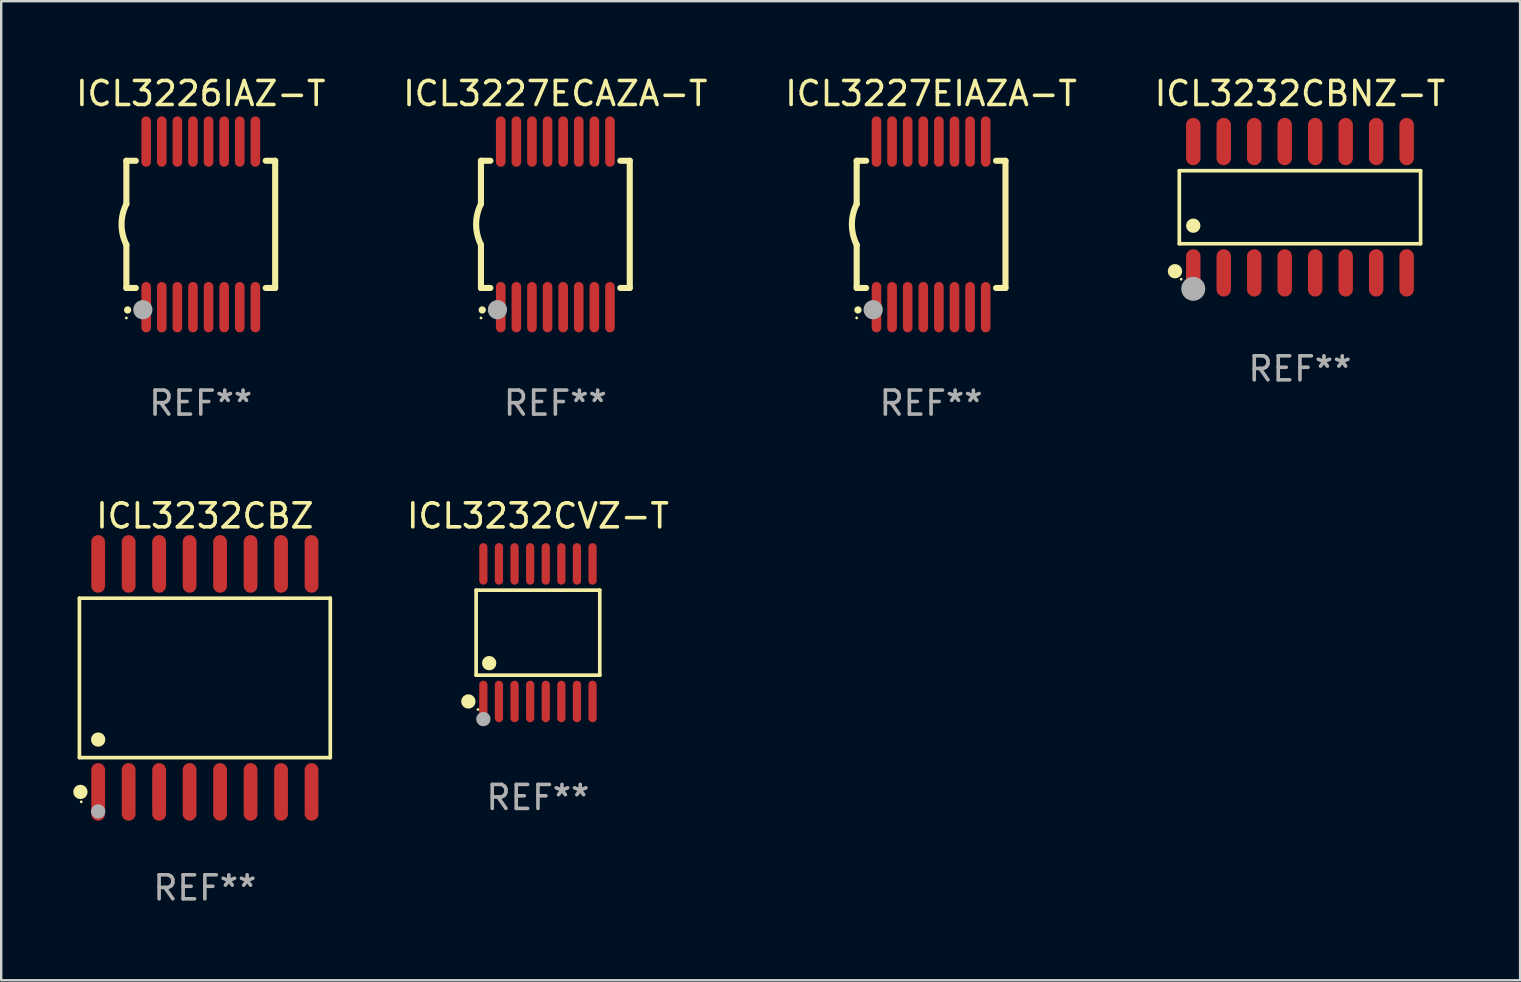
<source format=kicad_pcb>
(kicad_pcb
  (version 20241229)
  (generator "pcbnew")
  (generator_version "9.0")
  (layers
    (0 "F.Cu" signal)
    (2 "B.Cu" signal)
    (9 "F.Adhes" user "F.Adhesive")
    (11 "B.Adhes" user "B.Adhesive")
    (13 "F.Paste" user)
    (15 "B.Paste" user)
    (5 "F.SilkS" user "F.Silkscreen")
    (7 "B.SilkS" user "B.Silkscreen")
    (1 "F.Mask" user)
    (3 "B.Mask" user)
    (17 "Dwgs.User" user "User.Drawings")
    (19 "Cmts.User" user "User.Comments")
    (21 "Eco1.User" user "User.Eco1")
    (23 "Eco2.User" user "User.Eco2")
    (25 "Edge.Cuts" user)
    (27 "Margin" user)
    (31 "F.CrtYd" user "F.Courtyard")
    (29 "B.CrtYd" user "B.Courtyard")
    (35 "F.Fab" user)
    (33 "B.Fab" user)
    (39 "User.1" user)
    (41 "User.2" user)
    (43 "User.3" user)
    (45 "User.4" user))
  (footprint "ICL3232CVZ-T"
    (layer "F.Cu")
    (at 19.364 23.311)
    (property "Reference" "ICL3232CVZ-T" (at 0 -4.866 0) (layer "F.SilkS") (effects (font (size 1 1) (thickness 0.15))))
    (attr through_hole)
    (fp_line (start -2.576 -1.772) (end 2.576 -1.772) (stroke (width 0.152) (type solid)) (layer "F.SilkS"))
    (fp_line (start -2.576 1.771) (end -2.576 -1.772) (stroke (width 0.152) (type solid)) (layer "F.SilkS"))
    (fp_line (start 2.576 -1.772) (end 2.576 1.771) (stroke (width 0.152) (type solid)) (layer "F.SilkS"))
    (fp_line (start 2.576 1.771) (end -2.576 1.771) (stroke (width 0.152) (type solid)) (layer "F.SilkS"))
    (fp_circle (center -2.899 2.866) (end -2.749 2.866) (stroke (width 0.3) (type solid)) (fill no) (layer "F.SilkS"))
    (fp_circle (center -2.5 3.2) (end -2.47 3.2) (stroke (width 0.06) (type solid)) (fill no) (layer "F.SilkS"))
    (fp_circle (center -2.032 1.27) (end -1.882 1.27) (stroke (width 0.3) (type solid)) (fill no) (layer "F.SilkS"))
    (fp_circle (center -2.275 3.6) (end -2.125 3.6) (stroke (width 0.3) (type solid)) (fill no) (layer "F.Fab"))
    (fp_text user "REF**" (at 0 6.866 0) (layer "F.Fab") (effects (font (size 1 1) (thickness 0.15))))
    (pad "1" smd oval (at -2.275 2.866) (size 0.343 1.731) (layers "F.Cu" "F.Mask" "F.Paste"))
    (pad "2" smd oval (at -1.625 2.866) (size 0.343 1.731) (layers "F.Cu" "F.Mask" "F.Paste"))
    (pad "3" smd oval (at -0.975 2.866) (size 0.343 1.731) (layers "F.Cu" "F.Mask" "F.Paste"))
    (pad "4" smd oval (at -0.325 2.866) (size 0.343 1.731) (layers "F.Cu" "F.Mask" "F.Paste"))
    (pad "5" smd oval (at 0.325 2.866) (size 0.343 1.731) (layers "F.Cu" "F.Mask" "F.Paste"))
    (pad "6" smd oval (at 0.975 2.866) (size 0.343 1.731) (layers "F.Cu" "F.Mask" "F.Paste"))
    (pad "7" smd oval (at 1.625 2.866) (size 0.343 1.731) (layers "F.Cu" "F.Mask" "F.Paste"))
    (pad "8" smd oval (at 2.275 2.866) (size 0.343 1.731) (layers "F.Cu" "F.Mask" "F.Paste"))
    (pad "9" smd oval (at 2.275 -2.866) (size 0.343 1.731) (layers "F.Cu" "F.Mask" "F.Paste"))
    (pad "10" smd oval (at 1.625 -2.866) (size 0.343 1.731) (layers "F.Cu" "F.Mask" "F.Paste"))
    (pad "11" smd oval (at 0.975 -2.866) (size 0.343 1.731) (layers "F.Cu" "F.Mask" "F.Paste"))
    (pad "12" smd oval (at 0.325 -2.866) (size 0.343 1.731) (layers "F.Cu" "F.Mask" "F.Paste"))
    (pad "13" smd oval (at -0.325 -2.866) (size 0.343 1.731) (layers "F.Cu" "F.Mask" "F.Paste"))
    (pad "14" smd oval (at -0.975 -2.866) (size 0.343 1.731) (layers "F.Cu" "F.Mask" "F.Paste"))
    (pad "15" smd oval (at -1.625 -2.866) (size 0.343 1.731) (layers "F.Cu" "F.Mask" "F.Paste"))
    (pad "16" smd oval (at -2.275 -2.866) (size 0.343 1.731) (layers "F.Cu" "F.Mask" "F.Paste")))
  (footprint "ICL3226IAZ-T"
    (layer "F.Cu")
    (at 5.315 6.298)
    (property "Reference" "ICL3226IAZ-T" (at 0 -5.45 0) (layer "F.SilkS") (effects (font (size 1 1) (thickness 0.15))))
    (attr through_hole)
    (fp_line (start -3.1 -2.65) (end -3.1 -0.85) (stroke (width 0.254) (type solid)) (layer "F.SilkS"))
    (fp_line (start -3.1 -2.65) (end -2.706 -2.65) (stroke (width 0.254) (type solid)) (layer "F.SilkS"))
    (fp_line (start -3.1 2.65) (end -3.1 0.85) (stroke (width 0.254) (type solid)) (layer "F.SilkS"))
    (fp_line (start -3.1 2.65) (end -2.706 2.65) (stroke (width 0.254) (type solid)) (layer "F.SilkS"))
    (fp_line (start 2.706 -2.65) (end 3.1 -2.65) (stroke (width 0.254) (type solid)) (layer "F.SilkS"))
    (fp_line (start 2.706 2.65) (end 3.1 2.65) (stroke (width 0.254) (type solid)) (layer "F.SilkS"))
    (fp_line (start 3.1 -2.65) (end 3.1 2.65) (stroke (width 0.254) (type solid)) (layer "F.SilkS"))
    (fp_arc (start -3.098907 0.850902) (mid -3.300057 0.000523) (end -3.1 -0.850114) (stroke (width 0.254001) (type solid)) (layer "F.SilkS"))
    (fp_arc (start -3.048006 3.566066) (mid -3.046736 3.566061) (end -3.045466 3.566066) (stroke (width 0.3) (type solid)) (layer "F.SilkS"))
    (fp_circle (center -3.1 3.9) (end -3.07 3.9) (stroke (width 0.06) (type solid)) (fill no) (layer "F.SilkS"))
    (fp_circle (center -2.413 3.556) (end -2.213 3.556) (stroke (width 0.4) (type solid)) (fill no) (layer "F.Fab"))
    (fp_text user "REF**" (at 0 7.45 0) (layer "F.Fab") (effects (font (size 1 1) (thickness 0.15))))
    (pad "1" smd oval (at -2.275 3.45 180) (size 0.4 2.1) (layers "F.Cu" "F.Mask" "F.Paste"))
    (pad "2" smd oval (at -1.625 3.45 180) (size 0.4 2.1) (layers "F.Cu" "F.Mask" "F.Paste"))
    (pad "3" smd oval (at -0.975 3.45 180) (size 0.4 2.1) (layers "F.Cu" "F.Mask" "F.Paste"))
    (pad "4" smd oval (at -0.325 3.45 180) (size 0.4 2.1) (layers "F.Cu" "F.Mask" "F.Paste"))
    (pad "5" smd oval (at 0.325 3.45 180) (size 0.4 2.1) (layers "F.Cu" "F.Mask" "F.Paste"))
    (pad "6" smd oval (at 0.975 3.45 180) (size 0.4 2.1) (layers "F.Cu" "F.Mask" "F.Paste"))
    (pad "7" smd oval (at 1.625 3.45 180) (size 0.4 2.1) (layers "F.Cu" "F.Mask" "F.Paste"))
    (pad "8" smd oval (at 2.275 3.45 180) (size 0.4 2.1) (layers "F.Cu" "F.Mask" "F.Paste"))
    (pad "9" smd oval (at 2.275 -3.45 180) (size 0.4 2.1) (layers "F.Cu" "F.Mask" "F.Paste"))
    (pad "10" smd oval (at 1.625 -3.45 180) (size 0.4 2.1) (layers "F.Cu" "F.Mask" "F.Paste"))
    (pad "11" smd oval (at 0.975 -3.45 180) (size 0.4 2.1) (layers "F.Cu" "F.Mask" "F.Paste"))
    (pad "12" smd oval (at 0.325 -3.45 180) (size 0.4 2.1) (layers "F.Cu" "F.Mask" "F.Paste"))
    (pad "13" smd oval (at -0.325 -3.45 180) (size 0.4 2.1) (layers "F.Cu" "F.Mask" "F.Paste"))
    (pad "14" smd oval (at -0.975 -3.45 180) (size 0.4 2.1) (layers "F.Cu" "F.Mask" "F.Paste"))
    (pad "15" smd oval (at -1.625 -3.45 180) (size 0.4 2.1) (layers "F.Cu" "F.Mask" "F.Paste"))
    (pad "16" smd oval (at -2.275 -3.45 180) (size 0.4 2.1) (layers "F.Cu" "F.Mask" "F.Paste")))
  (footprint "ICL3232CBNZ-T"
    (layer "F.Cu")
    (at 51.113 5.584)
    (property "Reference" "ICL3232CBNZ-T" (at 0 -4.736 0) (layer "F.SilkS") (effects (font (size 1 1) (thickness 0.15))))
    (attr through_hole)
    (fp_line (start -5.026 -1.521) (end 5.026 -1.521) (stroke (width 0.152) (type solid)) (layer "F.SilkS"))
    (fp_line (start -5.026 1.521) (end -5.026 -1.521) (stroke (width 0.152) (type solid)) (layer "F.SilkS"))
    (fp_line (start 5.026 -1.521) (end 5.026 1.521) (stroke (width 0.152) (type solid)) (layer "F.SilkS"))
    (fp_line (start 5.026 1.521) (end -5.026 1.521) (stroke (width 0.152) (type solid)) (layer "F.SilkS"))
    (fp_circle (center -5.207 2.667) (end -5.057 2.667) (stroke (width 0.3) (type solid)) (fill no) (layer "F.SilkS"))
    (fp_circle (center -4.95 3) (end -4.92 3) (stroke (width 0.06) (type solid)) (fill no) (layer "F.SilkS"))
    (fp_circle (center -4.445 0.769) (end -4.295 0.769) (stroke (width 0.3) (type solid)) (fill no) (layer "F.SilkS"))
    (fp_circle (center -4.445 3.4) (end -4.195 3.4) (stroke (width 0.5) (type solid)) (fill no) (layer "F.Fab"))
    (fp_text user "REF**" (at 0 6.736 0) (layer "F.Fab") (effects (font (size 1 1) (thickness 0.15))))
    (pad "1" smd oval (at -4.445 2.736) (size 0.602 1.971) (layers "F.Cu" "F.Mask" "F.Paste"))
    (pad "2" smd oval (at -3.175 2.736) (size 0.602 1.971) (layers "F.Cu" "F.Mask" "F.Paste"))
    (pad "3" smd oval (at -1.905 2.736) (size 0.602 1.971) (layers "F.Cu" "F.Mask" "F.Paste"))
    (pad "4" smd oval (at -0.635 2.736) (size 0.602 1.971) (layers "F.Cu" "F.Mask" "F.Paste"))
    (pad "5" smd oval (at 0.635 2.736) (size 0.602 1.971) (layers "F.Cu" "F.Mask" "F.Paste"))
    (pad "6" smd oval (at 1.905 2.736) (size 0.602 1.971) (layers "F.Cu" "F.Mask" "F.Paste"))
    (pad "7" smd oval (at 3.175 2.736) (size 0.602 1.971) (layers "F.Cu" "F.Mask" "F.Paste"))
    (pad "8" smd oval (at 4.445 2.736) (size 0.602 1.971) (layers "F.Cu" "F.Mask" "F.Paste"))
    (pad "9" smd oval (at 4.445 -2.736) (size 0.602 1.971) (layers "F.Cu" "F.Mask" "F.Paste"))
    (pad "10" smd oval (at 3.175 -2.736) (size 0.602 1.971) (layers "F.Cu" "F.Mask" "F.Paste"))
    (pad "11" smd oval (at 1.905 -2.736) (size 0.602 1.971) (layers "F.Cu" "F.Mask" "F.Paste"))
    (pad "12" smd oval (at 0.635 -2.736) (size 0.602 1.971) (layers "F.Cu" "F.Mask" "F.Paste"))
    (pad "13" smd oval (at -0.635 -2.736) (size 0.602 1.971) (layers "F.Cu" "F.Mask" "F.Paste"))
    (pad "14" smd oval (at -1.905 -2.736) (size 0.602 1.971) (layers "F.Cu" "F.Mask" "F.Paste"))
    (pad "15" smd oval (at -3.175 -2.736) (size 0.602 1.971) (layers "F.Cu" "F.Mask" "F.Paste"))
    (pad "16" smd oval (at -4.445 -2.736) (size 0.602 1.971) (layers "F.Cu" "F.Mask" "F.Paste")))
  (footprint "ICL3227EIAZA-T"
    (layer "F.Cu")
    (at 35.744 6.298)
    (property "Reference" "ICL3227EIAZA-T" (at 0 -5.45 0) (layer "F.SilkS") (effects (font (size 1 1) (thickness 0.15))))
    (attr through_hole)
    (fp_line (start -3.1 -2.65) (end -3.1 -0.85) (stroke (width 0.254) (type solid)) (layer "F.SilkS"))
    (fp_line (start -3.1 -2.65) (end -2.706 -2.65) (stroke (width 0.254) (type solid)) (layer "F.SilkS"))
    (fp_line (start -3.1 2.65) (end -3.1 0.85) (stroke (width 0.254) (type solid)) (layer "F.SilkS"))
    (fp_line (start -3.1 2.65) (end -2.706 2.65) (stroke (width 0.254) (type solid)) (layer "F.SilkS"))
    (fp_line (start 2.706 -2.65) (end 3.1 -2.65) (stroke (width 0.254) (type solid)) (layer "F.SilkS"))
    (fp_line (start 2.706 2.65) (end 3.1 2.65) (stroke (width 0.254) (type solid)) (layer "F.SilkS"))
    (fp_line (start 3.1 -2.65) (end 3.1 2.65) (stroke (width 0.254) (type solid)) (layer "F.SilkS"))
    (fp_arc (start -3.098907 0.850902) (mid -3.300057 0.000523) (end -3.1 -0.850114) (stroke (width 0.254001) (type solid)) (layer "F.SilkS"))
    (fp_arc (start -3.048006 3.566066) (mid -3.046736 3.566061) (end -3.045466 3.566066) (stroke (width 0.3) (type solid)) (layer "F.SilkS"))
    (fp_circle (center -3.1 3.9) (end -3.07 3.9) (stroke (width 0.06) (type solid)) (fill no) (layer "F.SilkS"))
    (fp_circle (center -2.413 3.556) (end -2.213 3.556) (stroke (width 0.4) (type solid)) (fill no) (layer "F.Fab"))
    (fp_text user "REF**" (at 0 7.45 0) (layer "F.Fab") (effects (font (size 1 1) (thickness 0.15))))
    (pad "1" smd oval (at -2.275 3.45 180) (size 0.4 2.1) (layers "F.Cu" "F.Mask" "F.Paste"))
    (pad "2" smd oval (at -1.625 3.45 180) (size 0.4 2.1) (layers "F.Cu" "F.Mask" "F.Paste"))
    (pad "3" smd oval (at -0.975 3.45 180) (size 0.4 2.1) (layers "F.Cu" "F.Mask" "F.Paste"))
    (pad "4" smd oval (at -0.325 3.45 180) (size 0.4 2.1) (layers "F.Cu" "F.Mask" "F.Paste"))
    (pad "5" smd oval (at 0.325 3.45 180) (size 0.4 2.1) (layers "F.Cu" "F.Mask" "F.Paste"))
    (pad "6" smd oval (at 0.975 3.45 180) (size 0.4 2.1) (layers "F.Cu" "F.Mask" "F.Paste"))
    (pad "7" smd oval (at 1.625 3.45 180) (size 0.4 2.1) (layers "F.Cu" "F.Mask" "F.Paste"))
    (pad "8" smd oval (at 2.275 3.45 180) (size 0.4 2.1) (layers "F.Cu" "F.Mask" "F.Paste"))
    (pad "9" smd oval (at 2.275 -3.45 180) (size 0.4 2.1) (layers "F.Cu" "F.Mask" "F.Paste"))
    (pad "10" smd oval (at 1.625 -3.45 180) (size 0.4 2.1) (layers "F.Cu" "F.Mask" "F.Paste"))
    (pad "11" smd oval (at 0.975 -3.45 180) (size 0.4 2.1) (layers "F.Cu" "F.Mask" "F.Paste"))
    (pad "12" smd oval (at 0.325 -3.45 180) (size 0.4 2.1) (layers "F.Cu" "F.Mask" "F.Paste"))
    (pad "13" smd oval (at -0.325 -3.45 180) (size 0.4 2.1) (layers "F.Cu" "F.Mask" "F.Paste"))
    (pad "14" smd oval (at -0.975 -3.45 180) (size 0.4 2.1) (layers "F.Cu" "F.Mask" "F.Paste"))
    (pad "15" smd oval (at -1.625 -3.45 180) (size 0.4 2.1) (layers "F.Cu" "F.Mask" "F.Paste"))
    (pad "16" smd oval (at -2.275 -3.45 180) (size 0.4 2.1) (layers "F.Cu" "F.Mask" "F.Paste")))
  (footprint "ICL3227ECAZA-T"
    (layer "F.Cu")
    (at 20.089 6.298)
    (property "Reference" "ICL3227ECAZA-T" (at 0 -5.45 0) (layer "F.SilkS") (effects (font (size 1 1) (thickness 0.15))))
    (attr through_hole)
    (fp_line (start -3.1 -2.65) (end -3.1 -0.85) (stroke (width 0.254) (type solid)) (layer "F.SilkS"))
    (fp_line (start -3.1 -2.65) (end -2.706 -2.65) (stroke (width 0.254) (type solid)) (layer "F.SilkS"))
    (fp_line (start -3.1 2.65) (end -3.1 0.85) (stroke (width 0.254) (type solid)) (layer "F.SilkS"))
    (fp_line (start -3.1 2.65) (end -2.706 2.65) (stroke (width 0.254) (type solid)) (layer "F.SilkS"))
    (fp_line (start 2.706 -2.65) (end 3.1 -2.65) (stroke (width 0.254) (type solid)) (layer "F.SilkS"))
    (fp_line (start 2.706 2.65) (end 3.1 2.65) (stroke (width 0.254) (type solid)) (layer "F.SilkS"))
    (fp_line (start 3.1 -2.65) (end 3.1 2.65) (stroke (width 0.254) (type solid)) (layer "F.SilkS"))
    (fp_arc (start -3.098907 0.850902) (mid -3.300057 0.000523) (end -3.1 -0.850114) (stroke (width 0.254001) (type solid)) (layer "F.SilkS"))
    (fp_arc (start -3.048006 3.566066) (mid -3.046736 3.566061) (end -3.045466 3.566066) (stroke (width 0.3) (type solid)) (layer "F.SilkS"))
    (fp_circle (center -3.1 3.9) (end -3.07 3.9) (stroke (width 0.06) (type solid)) (fill no) (layer "F.SilkS"))
    (fp_circle (center -2.413 3.556) (end -2.213 3.556) (stroke (width 0.4) (type solid)) (fill no) (layer "F.Fab"))
    (fp_text user "REF**" (at 0 7.45 0) (layer "F.Fab") (effects (font (size 1 1) (thickness 0.15))))
    (pad "1" smd oval (at -2.275 3.45 180) (size 0.4 2.1) (layers "F.Cu" "F.Mask" "F.Paste"))
    (pad "2" smd oval (at -1.625 3.45 180) (size 0.4 2.1) (layers "F.Cu" "F.Mask" "F.Paste"))
    (pad "3" smd oval (at -0.975 3.45 180) (size 0.4 2.1) (layers "F.Cu" "F.Mask" "F.Paste"))
    (pad "4" smd oval (at -0.325 3.45 180) (size 0.4 2.1) (layers "F.Cu" "F.Mask" "F.Paste"))
    (pad "5" smd oval (at 0.325 3.45 180) (size 0.4 2.1) (layers "F.Cu" "F.Mask" "F.Paste"))
    (pad "6" smd oval (at 0.975 3.45 180) (size 0.4 2.1) (layers "F.Cu" "F.Mask" "F.Paste"))
    (pad "7" smd oval (at 1.625 3.45 180) (size 0.4 2.1) (layers "F.Cu" "F.Mask" "F.Paste"))
    (pad "8" smd oval (at 2.275 3.45 180) (size 0.4 2.1) (layers "F.Cu" "F.Mask" "F.Paste"))
    (pad "9" smd oval (at 2.275 -3.45 180) (size 0.4 2.1) (layers "F.Cu" "F.Mask" "F.Paste"))
    (pad "10" smd oval (at 1.625 -3.45 180) (size 0.4 2.1) (layers "F.Cu" "F.Mask" "F.Paste"))
    (pad "11" smd oval (at 0.975 -3.45 180) (size 0.4 2.1) (layers "F.Cu" "F.Mask" "F.Paste"))
    (pad "12" smd oval (at 0.325 -3.45 180) (size 0.4 2.1) (layers "F.Cu" "F.Mask" "F.Paste"))
    (pad "13" smd oval (at -0.325 -3.45 180) (size 0.4 2.1) (layers "F.Cu" "F.Mask" "F.Paste"))
    (pad "14" smd oval (at -0.975 -3.45 180) (size 0.4 2.1) (layers "F.Cu" "F.Mask" "F.Paste"))
    (pad "15" smd oval (at -1.625 -3.45 180) (size 0.4 2.1) (layers "F.Cu" "F.Mask" "F.Paste"))
    (pad "16" smd oval (at -2.275 -3.45 180) (size 0.4 2.1) (layers "F.Cu" "F.Mask" "F.Paste")))
  (footprint "ICL3232CBZ"
    (layer "F.Cu")
    (at 5.485 25.195)
    (property "Reference" "ICL3232CBZ" (at 0 -6.75 0) (layer "F.SilkS") (effects (font (size 1 1) (thickness 0.15))))
    (attr through_hole)
    (fp_line (start -5.226 -3.321) (end 5.226 -3.321) (stroke (width 0.152) (type solid)) (layer "F.SilkS"))
    (fp_line (start -5.226 3.321) (end -5.226 -3.321) (stroke (width 0.152) (type solid)) (layer "F.SilkS"))
    (fp_line (start 5.226 -3.321) (end 5.226 3.321) (stroke (width 0.152) (type solid)) (layer "F.SilkS"))
    (fp_line (start 5.226 3.321) (end -5.226 3.321) (stroke (width 0.152) (type solid)) (layer "F.SilkS"))
    (fp_circle (center -5.184 4.75) (end -5.034 4.75) (stroke (width 0.3) (type solid)) (fill no) (layer "F.SilkS"))
    (fp_circle (center -5.15 5.163) (end -5.12 5.163) (stroke (width 0.06) (type solid)) (fill no) (layer "F.SilkS"))
    (fp_circle (center -4.445 2.569) (end -4.295 2.569) (stroke (width 0.3) (type solid)) (fill no) (layer "F.SilkS"))
    (fp_circle (center -4.445 5.563) (end -4.295 5.563) (stroke (width 0.3) (type solid)) (fill no) (layer "F.Fab"))
    (fp_text user "REF**" (at 0 8.75 0) (layer "F.Fab") (effects (font (size 1 1) (thickness 0.15))))
    (pad "1" smd oval (at -4.445 4.75) (size 0.574 2.401) (layers "F.Cu" "F.Mask" "F.Paste"))
    (pad "2" smd oval (at -3.175 4.75) (size 0.574 2.401) (layers "F.Cu" "F.Mask" "F.Paste"))
    (pad "3" smd oval (at -1.905 4.75) (size 0.574 2.401) (layers "F.Cu" "F.Mask" "F.Paste"))
    (pad "4" smd oval (at -0.635 4.75) (size 0.574 2.401) (layers "F.Cu" "F.Mask" "F.Paste"))
    (pad "5" smd oval (at 0.635 4.75) (size 0.574 2.401) (layers "F.Cu" "F.Mask" "F.Paste"))
    (pad "6" smd oval (at 1.905 4.75) (size 0.574 2.401) (layers "F.Cu" "F.Mask" "F.Paste"))
    (pad "7" smd oval (at 3.175 4.75) (size 0.574 2.401) (layers "F.Cu" "F.Mask" "F.Paste"))
    (pad "8" smd oval (at 4.445 4.75) (size 0.574 2.401) (layers "F.Cu" "F.Mask" "F.Paste"))
    (pad "9" smd oval (at 4.445 -4.75) (size 0.574 2.401) (layers "F.Cu" "F.Mask" "F.Paste"))
    (pad "10" smd oval (at 3.175 -4.75) (size 0.574 2.401) (layers "F.Cu" "F.Mask" "F.Paste"))
    (pad "11" smd oval (at 1.905 -4.75) (size 0.574 2.401) (layers "F.Cu" "F.Mask" "F.Paste"))
    (pad "12" smd oval (at 0.635 -4.75) (size 0.574 2.401) (layers "F.Cu" "F.Mask" "F.Paste"))
    (pad "13" smd oval (at -0.635 -4.75) (size 0.574 2.401) (layers "F.Cu" "F.Mask" "F.Paste"))
    (pad "14" smd oval (at -1.905 -4.75) (size 0.574 2.401) (layers "F.Cu" "F.Mask" "F.Paste"))
    (pad "15" smd oval (at -3.175 -4.75) (size 0.574 2.401) (layers "F.Cu" "F.Mask" "F.Paste"))
    (pad "16" smd oval (at -4.445 -4.75) (size 0.574 2.401) (layers "F.Cu" "F.Mask" "F.Paste")))
  (gr_rect
    (start -3 -3)
    (end 60.286 37.794)
    (stroke (width 0.1) (type default))
    (fill no)
    (layer "Edge.Cuts")))
</source>
